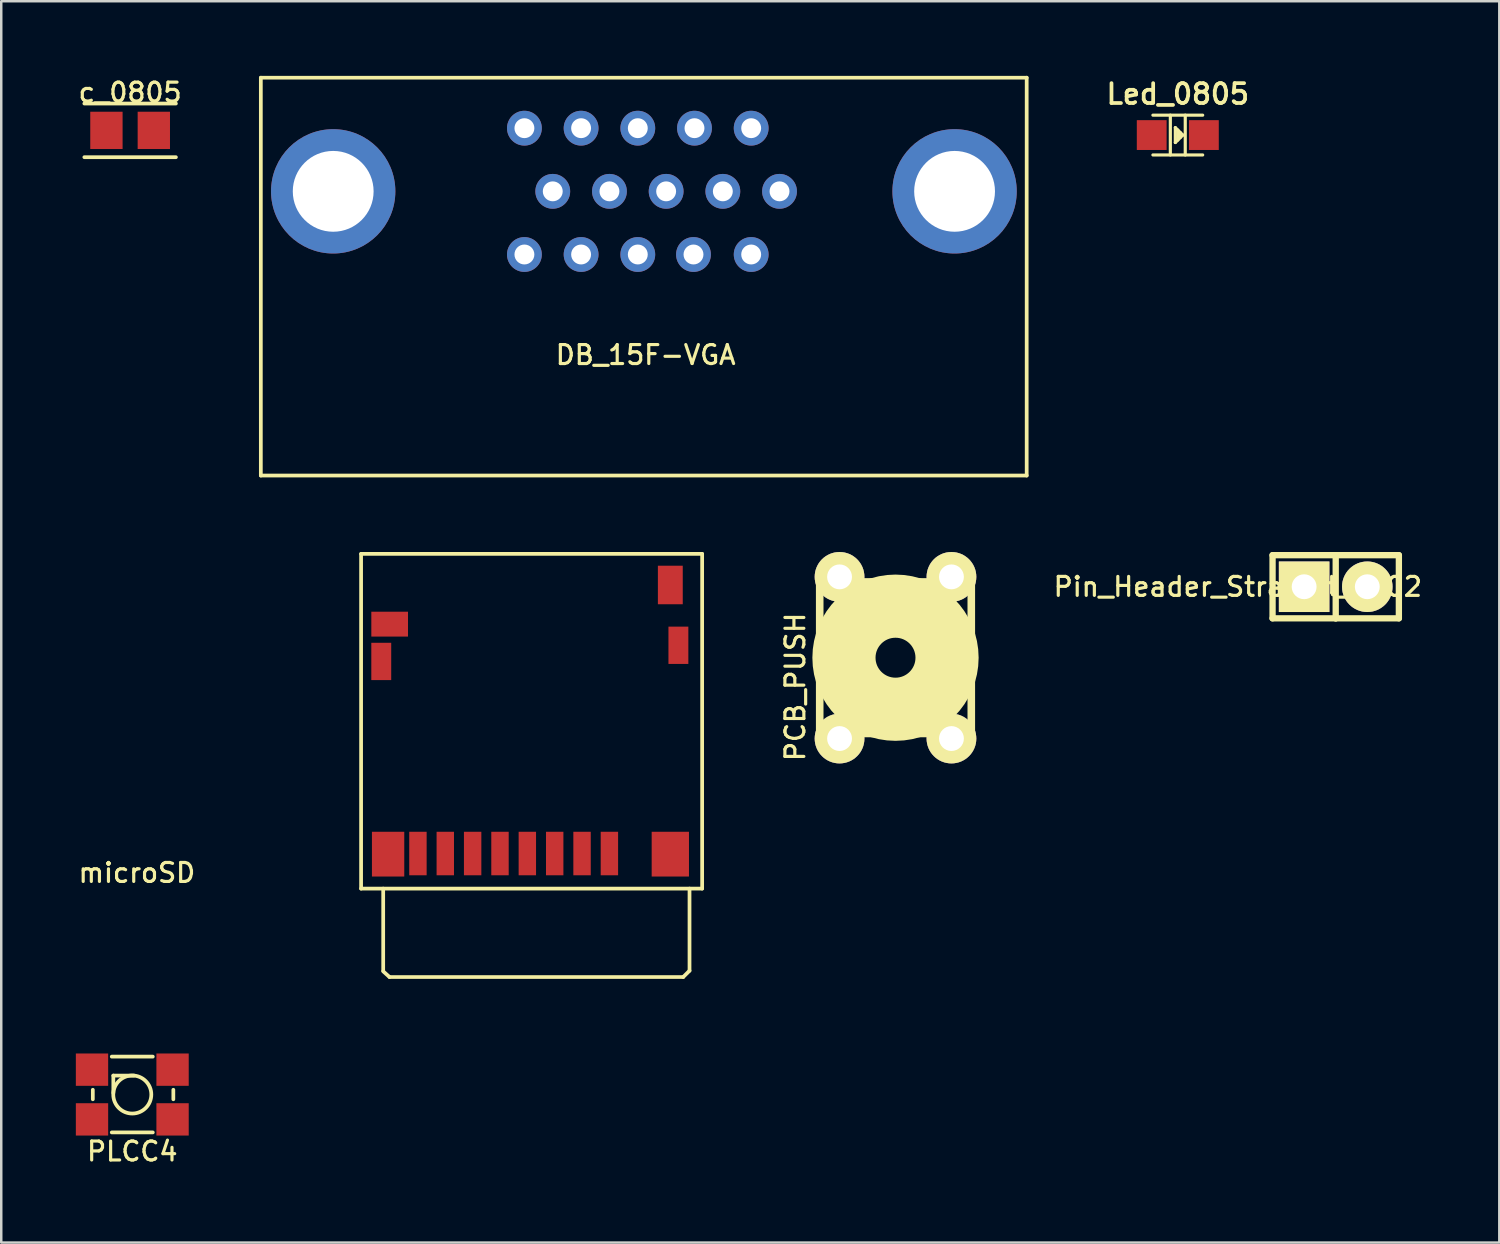
<source format=kicad_pcb>
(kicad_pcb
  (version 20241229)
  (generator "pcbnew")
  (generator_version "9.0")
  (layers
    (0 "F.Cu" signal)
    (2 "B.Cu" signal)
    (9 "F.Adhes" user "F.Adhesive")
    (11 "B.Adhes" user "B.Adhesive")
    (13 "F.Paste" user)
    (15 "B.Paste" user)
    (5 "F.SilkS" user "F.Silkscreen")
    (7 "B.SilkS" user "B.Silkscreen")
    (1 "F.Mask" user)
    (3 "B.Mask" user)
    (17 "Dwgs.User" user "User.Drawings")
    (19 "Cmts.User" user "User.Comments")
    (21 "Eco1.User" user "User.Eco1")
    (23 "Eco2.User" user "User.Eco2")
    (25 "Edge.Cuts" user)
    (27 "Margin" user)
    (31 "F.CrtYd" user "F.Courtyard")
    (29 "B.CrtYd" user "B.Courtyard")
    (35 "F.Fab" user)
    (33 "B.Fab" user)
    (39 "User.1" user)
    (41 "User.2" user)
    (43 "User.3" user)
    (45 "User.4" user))
  (footprint "DB_15F-VGA"
    (layer "F.Cu")
    (at 28.3 4.645)
    (property "Reference" "DB_15F-VGA" (at -5.385 6.579 0) (layer "F.SilkS") (effects (font (size 0.762 0.762) (thickness 0.127))))
    (attr through_hole)
    (fp_line (start -20.86 -4.57) (end -20.86 11.43) (stroke (width 0.15) (type solid)) (layer "F.SilkS"))
    (fp_line (start -20.86 11.43) (end 9.94 11.43) (stroke (width 0.15) (type solid)) (layer "F.SilkS"))
    (fp_line (start 9.94 -4.57) (end -20.86 -4.57) (stroke (width 0.15) (type solid)) (layer "F.SilkS"))
    (fp_line (start 9.94 11.43) (end 9.94 -4.57) (stroke (width 0.15) (type solid)) (layer "F.SilkS"))
    (pad "" thru_hole circle (at -17.95 0) (size 5 5) (drill 3.25) (layers "*.Cu" "*.Mask"))
    (pad "" thru_hole circle (at 7.04 0) (size 5 5) (drill 3.25) (layers "*.Cu" "*.Mask"))
    (pad "1" thru_hole circle (at -1.14 -2.54) (size 1.4 1.4) (drill 0.8) (layers "*.Cu" "*.Mask"))
    (pad "2" thru_hole circle (at -3.42 -2.54) (size 1.4 1.4) (drill 0.8) (layers "*.Cu" "*.Mask"))
    (pad "3" thru_hole circle (at -5.7 -2.54) (size 1.4 1.4) (drill 0.8) (layers "*.Cu" "*.Mask"))
    (pad "4" thru_hole circle (at -7.98 -2.54) (size 1.4 1.4) (drill 0.8) (layers "*.Cu" "*.Mask"))
    (pad "5" thru_hole circle (at -10.26 -2.54) (size 1.4 1.4) (drill 0.8) (layers "*.Cu" "*.Mask"))
    (pad "6" thru_hole circle (at 0 0) (size 1.4 1.4) (drill 0.8) (layers "*.Cu" "*.Mask"))
    (pad "7" thru_hole circle (at -2.28 0) (size 1.4 1.4) (drill 0.8) (layers "*.Cu" "*.Mask"))
    (pad "8" thru_hole circle (at -4.56 0) (size 1.4 1.4) (drill 0.8) (layers "*.Cu" "*.Mask"))
    (pad "9" thru_hole circle (at -6.84 0) (size 1.4 1.4) (drill 0.8) (layers "*.Cu" "*.Mask"))
    (pad "10" thru_hole circle (at -9.12 0) (size 1.4 1.4) (drill 0.8) (layers "*.Cu" "*.Mask"))
    (pad "11" thru_hole circle (at -1.14 2.54) (size 1.4 1.4) (drill 0.8) (layers "*.Cu" "*.Mask"))
    (pad "12" thru_hole circle (at -3.46 2.54) (size 1.4 1.4) (drill 0.8) (layers "*.Cu" "*.Mask"))
    (pad "13" thru_hole circle (at -5.7 2.54) (size 1.4 1.4) (drill 0.8) (layers "*.Cu" "*.Mask"))
    (pad "14" thru_hole circle (at -7.98 2.54) (size 1.4 1.4) (drill 0.8) (layers "*.Cu" "*.Mask"))
    (pad "15" thru_hole circle (at -10.26 2.54) (size 1.4 1.4) (drill 0.8) (layers "*.Cu" "*.Mask")))
  (footprint "PLCC4"
    (layer "F.Cu")
    (at 2.27 40.968)
    (property "Reference" "PLCC4" (at 0 2.286 0) (layer "F.SilkS") (effects (font (size 0.762 0.762) (thickness 0.127))))
    (attr through_hole)
    (fp_line (start -1.587 -0.191) (end -1.587 0.191) (stroke (width 0.15) (type solid)) (layer "F.SilkS"))
    (fp_line (start -0.825 -1.524) (end 0.825 -1.524) (stroke (width 0.15) (type solid)) (layer "F.SilkS"))
    (fp_line (start -0.762 -0.762) (end 0.064 -0.762) (stroke (width 0.15) (type solid)) (layer "F.SilkS"))
    (fp_line (start -0.762 -0.064) (end -0.762 -0.762) (stroke (width 0.15) (type solid)) (layer "F.SilkS"))
    (fp_line (start 0.825 1.524) (end -0.825 1.524) (stroke (width 0.15) (type solid)) (layer "F.SilkS"))
    (fp_line (start 1.651 -0.191) (end 1.651 0.191) (stroke (width 0.15) (type solid)) (layer "F.SilkS"))
    (fp_circle (center 0 0) (end -0.572 0.508) (stroke (width 0.15) (type solid)) (fill no) (layer "F.SilkS"))
    (pad "1" smd rect (at -1.62 -1) (size 1.3 1.3) (layers "F.Cu" "F.Mask" "F.Paste"))
    (pad "2" smd rect (at -1.62 1) (size 1.3 1.3) (layers "F.Cu" "F.Mask" "F.Paste"))
    (pad "3" smd rect (at 1.62 1) (size 1.3 1.3) (layers "F.Cu" "F.Mask" "F.Paste"))
    (pad "4" smd rect (at 1.62 -1) (size 1.3 1.3) (layers "F.Cu" "F.Mask" "F.Paste")))
  (footprint "microSD"
    (layer "F.Cu")
    (at 13.758 30.401)
    (property "Reference" "microSD" (at -11.303 1.651 0) (layer "F.SilkS") (effects (font (size 0.762 0.762) (thickness 0.127))))
    (attr through_hole)
    (fp_line (start -2.286 -11.176) (end -2.286 2.286) (stroke (width 0.15) (type solid)) (layer "F.SilkS"))
    (fp_line (start -2.286 2.286) (end 11.43 2.286) (stroke (width 0.15) (type solid)) (layer "F.SilkS"))
    (fp_line (start -1.397 2.286) (end -1.397 5.588) (stroke (width 0.15) (type solid)) (layer "F.SilkS"))
    (fp_line (start -1.397 5.613) (end -1.143 5.842) (stroke (width 0.15) (type solid)) (layer "F.SilkS"))
    (fp_line (start 10.668 5.842) (end -1.143 5.842) (stroke (width 0.15) (type solid)) (layer "F.SilkS"))
    (fp_line (start 10.922 2.286) (end 10.922 5.588) (stroke (width 0.15) (type solid)) (layer "F.SilkS"))
    (fp_line (start 10.922 5.588) (end 10.668 5.842) (stroke (width 0.15) (type solid)) (layer "F.SilkS"))
    (fp_line (start 11.43 -11.176) (end -2.286 -11.176) (stroke (width 0.15) (type solid)) (layer "F.SilkS"))
    (fp_line (start 11.43 2.286) (end 11.43 -11.176) (stroke (width 0.15) (type solid)) (layer "F.SilkS"))
    (pad "1" smd rect (at 7.7 0.875) (size 0.7 1.75) (layers "F.Cu" "F.Mask" "F.Paste"))
    (pad "2" smd rect (at 6.6 0.875) (size 0.7 1.75) (layers "F.Cu" "F.Mask" "F.Paste"))
    (pad "3" smd rect (at 5.5 0.875) (size 0.7 1.75) (layers "F.Cu" "F.Mask" "F.Paste"))
    (pad "4" smd rect (at 4.4 0.875) (size 0.7 1.75) (layers "F.Cu" "F.Mask" "F.Paste"))
    (pad "5" smd rect (at 3.3 0.875) (size 0.7 1.75) (layers "F.Cu" "F.Mask" "F.Paste"))
    (pad "6" smd rect (at 2.2 0.875) (size 0.7 1.75) (layers "F.Cu" "F.Mask" "F.Paste"))
    (pad "7" smd rect (at 1.1 0.875) (size 0.7 1.75) (layers "F.Cu" "F.Mask" "F.Paste"))
    (pad "8" smd rect (at 0 0.875) (size 0.7 1.75) (layers "F.Cu" "F.Mask" "F.Paste"))
    (pad "GND" smd rect (at -1.475 -6.85) (size 0.8 1.5) (layers "F.Cu" "F.Mask" "F.Paste"))
    (pad "GND" smd rect (at -1.2 0.9) (size 1.3 1.8) (layers "F.Cu" "F.Mask" "F.Paste"))
    (pad "GND" smd rect (at 10.15 0.9) (size 1.5 1.8) (layers "F.Cu" "F.Mask" "F.Paste"))
    (pad "GND" smd rect (at 10.475 -7.5) (size 0.8 1.5) (layers "F.Cu" "F.Mask" "F.Paste"))
    (pad "S1" smd rect (at -1.137 -8.35) (size 1.475 1) (layers "F.Cu" "F.Mask" "F.Paste"))
    (pad "S2" smd rect (at 10.15 -9.925) (size 1 1.55) (layers "F.Cu" "F.Mask" "F.Paste")))
  (footprint "Pin_Header_Straight_1x02"
    (layer "F.Cu")
    (at 50.668 20.547)
    (property "Reference" "Pin_Header_Straight_1x02" (at -3.937 0 0) (layer "F.SilkS") (effects (font (size 0.762 0.762) (thickness 0.127))))
    (attr through_hole)
    (fp_line (start -2.54 -1.27) (end -2.54 1.27) (stroke (width 0.254) (type solid)) (layer "F.SilkS"))
    (fp_line (start -2.54 1.27) (end 0 1.27) (stroke (width 0.254) (type solid)) (layer "F.SilkS"))
    (fp_line (start 0 -1.27) (end 0 1.27) (stroke (width 0.254) (type solid)) (layer "F.SilkS"))
    (fp_line (start 0 1.27) (end 2.54 1.27) (stroke (width 0.254) (type solid)) (layer "F.SilkS"))
    (fp_line (start 2.54 -1.27) (end -2.54 -1.27) (stroke (width 0.254) (type solid)) (layer "F.SilkS"))
    (fp_line (start 2.54 1.27) (end 2.54 -1.27) (stroke (width 0.254) (type solid)) (layer "F.SilkS"))
    (pad "1" thru_hole rect (at -1.27 0) (size 2.032 2.032) (drill 1) (layers "*.Cu" "*.Mask" "F.SilkS"))
    (pad "2" thru_hole oval (at 1.27 0) (size 2.032 2.032) (drill 1) (layers "*.Cu" "*.Mask" "F.SilkS")))
  (footprint "c_0805"
    (layer "F.Cu")
    (at 2.183 2.193)
    (property "Reference" "c_0805" (at 0 -1.524 0) (layer "F.SilkS") (effects (font (size 0.762 0.762) (thickness 0.127))))
    (attr through_hole)
    (fp_line (start -1.841 -1.079) (end 1.841 -1.079) (stroke (width 0.15) (type solid)) (layer "F.SilkS"))
    (fp_line (start 1.841 1.079) (end -1.841 1.079) (stroke (width 0.15) (type solid)) (layer "F.SilkS"))
    (pad "1" smd rect (at 0.953 0) (size 1.3 1.499) (layers "F.Cu" "F.Mask" "F.Paste"))
    (pad "2" smd rect (at -0.953 0) (size 1.3 1.499) (layers "F.Cu" "F.Mask" "F.Paste")))
  (footprint "PCB_PUSH"
    (layer "F.Cu")
    (at 32.964 23.401)
    (property "Reference" "PCB_PUSH" (at -4.032 1.175 90) (layer "F.SilkS") (effects (font (size 0.762 0.762) (thickness 0.127))))
    (attr through_hole)
    (fp_line (start -3.048 -3.048) (end 3.048 -3.048) (stroke (width 0.305) (type solid)) (layer "F.SilkS"))
    (fp_line (start -3.048 3.048) (end -3.048 -3.048) (stroke (width 0.305) (type solid)) (layer "F.SilkS"))
    (fp_line (start 3.048 -3.048) (end 3.048 3.048) (stroke (width 0.305) (type solid)) (layer "F.SilkS"))
    (fp_line (start 3.048 3.048) (end -3.048 3.048) (stroke (width 0.305) (type solid)) (layer "F.SilkS"))
    (fp_circle (center 0 0) (end -0.762 0.254) (stroke (width 2.54) (type solid)) (fill no) (layer "F.SilkS"))
    (pad "1" thru_hole circle (at -2.25 -3.251) (size 2 2) (drill 1) (layers "*.Cu" "*.Mask" "F.SilkS"))
    (pad "2" thru_hole circle (at 2.25 3.251) (size 2 2) (drill 1) (layers "*.Cu" "*.Mask" "F.SilkS"))
    (pad "3" thru_hole circle (at -2.25 3.251) (size 2 2) (drill 1) (layers "*.Cu" "*.Mask" "F.SilkS"))
    (pad "4" thru_hole circle (at 2.25 -3.251) (size 2 2) (drill 1) (layers "*.Cu" "*.Mask" "F.SilkS")))
  (footprint "Led_0805"
    (layer "F.Cu")
    (at 44.317 2.382)
    (property "Reference" "Led_0805" (at 0 -1.651 0) (layer "F.SilkS") (effects (font (size 0.8 0.8) (thickness 0.15))))
    (attr through_hole)
    (fp_line (start -1.001 -0.8) (end 1.001 -0.8) (stroke (width 0.127) (type solid)) (layer "F.SilkS"))
    (fp_line (start -0.3 -0.8) (end -0.3 0.8) (stroke (width 0.127) (type solid)) (layer "F.SilkS"))
    (fp_line (start -0.099 -0.3) (end -0.099 0.3) (stroke (width 0.127) (type solid)) (layer "F.SilkS"))
    (fp_line (start -0.099 0.3) (end 0.201 0) (stroke (width 0.127) (type solid)) (layer "F.SilkS"))
    (fp_line (start 0 -0.201) (end 0 0.201) (stroke (width 0.127) (type solid)) (layer "F.SilkS"))
    (fp_line (start 0.099 0.099) (end 0.099 -0.099) (stroke (width 0.127) (type solid)) (layer "F.SilkS"))
    (fp_line (start 0.201 0) (end -0.099 -0.3) (stroke (width 0.127) (type solid)) (layer "F.SilkS"))
    (fp_line (start 0.3 0.8) (end 0.3 -0.8) (stroke (width 0.127) (type solid)) (layer "F.SilkS"))
    (fp_line (start 1.001 0.8) (end -1.001 0.8) (stroke (width 0.127) (type solid)) (layer "F.SilkS"))
    (pad "1" smd rect (at -1.049 0) (size 1.199 1.199) (layers "F.Cu" "F.Mask" "F.Paste"))
    (pad "2" smd rect (at 1.049 0) (size 1.199 1.199) (layers "F.Cu" "F.Mask" "F.Paste")))
  (gr_rect
    (start -3 -3)
    (end 57.247 46.922)
    (stroke (width 0.1) (type default))
    (fill no)
    (layer "Edge.Cuts")))
</source>
